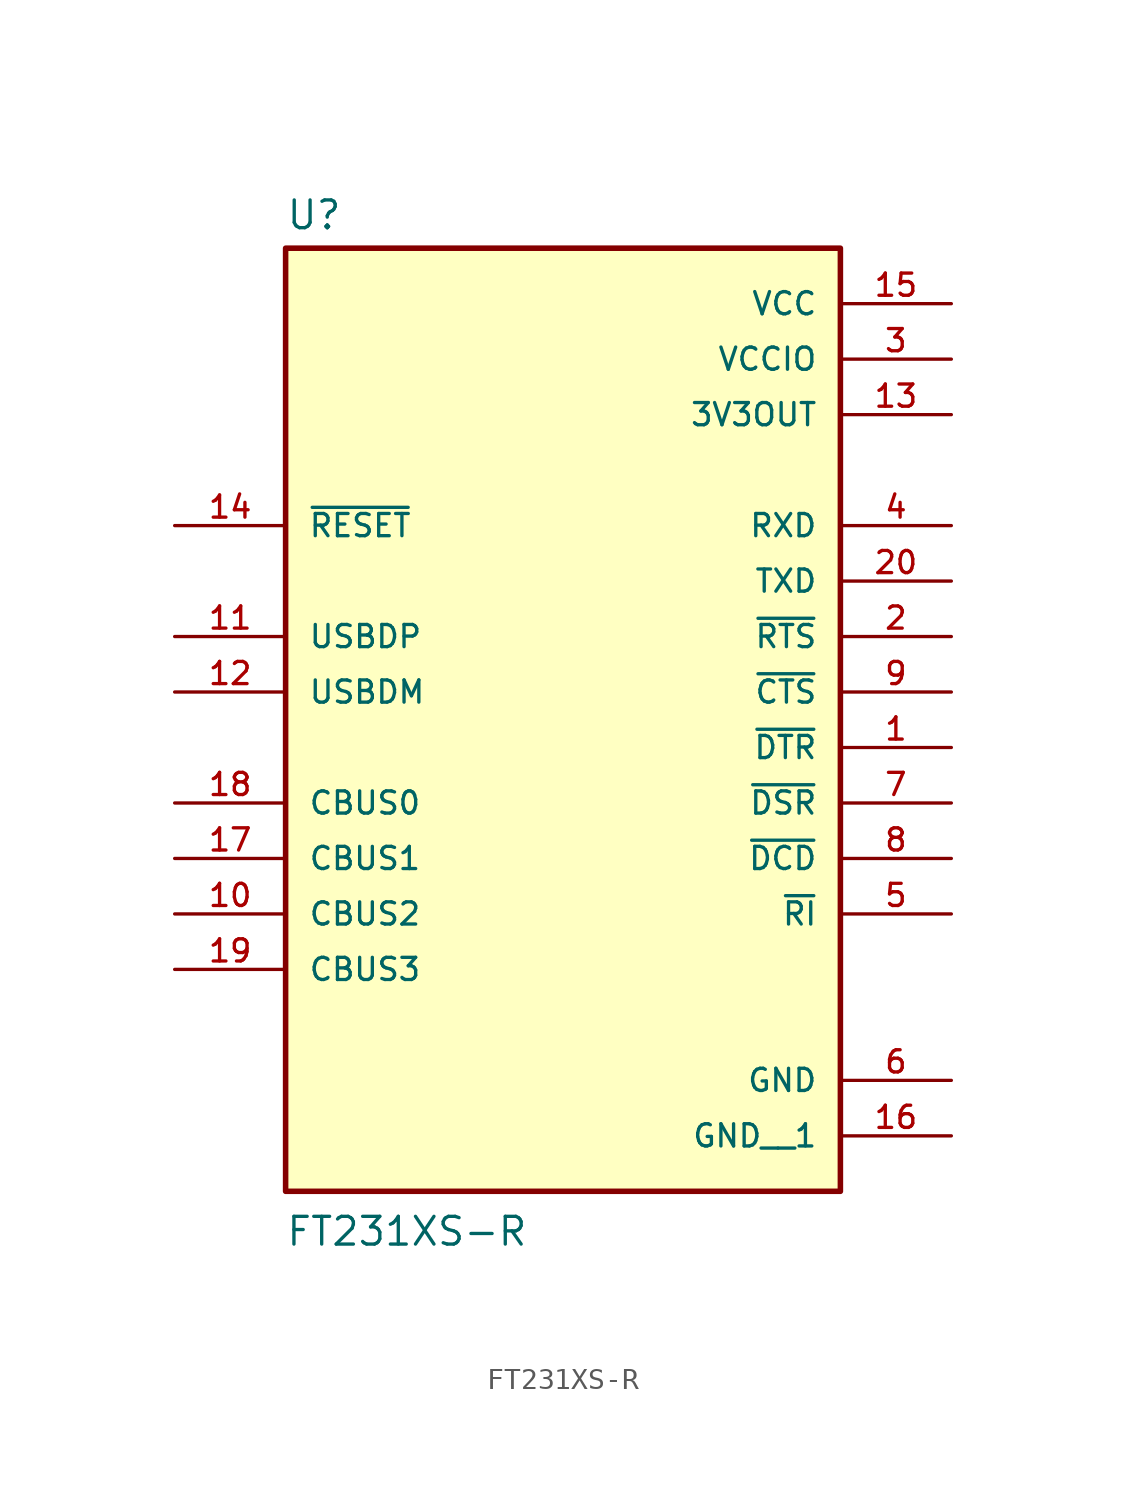
<source format=kicad_sym>
(kicad_symbol_lib
  (version 20211014)
  (generator kicad_symbol_editor)
  (symbol "FT231XS-R"
    (pin_names
      (offset 1.016))
    (property "Reference" "U"
      (at -12.708 21.096 0)
      (effects (font (size 1.27 1.27)) (justify bottom left)))
    (property "Value" "FT231XS-R"
      (at -12.721 -25.438 0)
      (effects (font (size 1.27 1.27)) (justify bottom left)))
    (symbol "FT231XS-R_0_0"
      (rectangle (start -12.7 -22.86) (end 12.7 20.32) (stroke (width 0.254)) (fill (type background)))
      (pin power_in line (at 17.78 12.7 180.0) (length 5.08) (name "3V3OUT" (effects (font (size 1.016 1.016)))) (number "13" (effects (font (size 1.016 1.016)))))
      (pin input line (at -17.78 0.0 0) (length 5.08) (name "USBDM" (effects (font (size 1.016 1.016)))) (number "12" (effects (font (size 1.016 1.016)))))
      (pin input line (at -17.78 2.54 0) (length 5.08) (name "USBDP" (effects (font (size 1.016 1.016)))) (number "11" (effects (font (size 1.016 1.016)))))
      (pin input line (at -17.78 7.62 0) (length 5.08) (name "~{RESET}" (effects (font (size 1.016 1.016)))) (number "14" (effects (font (size 1.016 1.016)))))
      (pin power_in line (at 17.78 -17.78 180.0) (length 5.08) (name "GND" (effects (font (size 1.016 1.016)))) (number "6" (effects (font (size 1.016 1.016)))))
      (pin bidirectional line (at -17.78 -5.08 0) (length 5.08) (name "CBUS0" (effects (font (size 1.016 1.016)))) (number "18" (effects (font (size 1.016 1.016)))))
      (pin input line (at 17.78 -10.16 180.0) (length 5.08) (name "~{RI}" (effects (font (size 1.016 1.016)))) (number "5" (effects (font (size 1.016 1.016)))))
      (pin input line (at 17.78 -7.62 180.0) (length 5.08) (name "~{DCD}" (effects (font (size 1.016 1.016)))) (number "8" (effects (font (size 1.016 1.016)))))
      (pin input line (at 17.78 -5.08 180.0) (length 5.08) (name "~{DSR}" (effects (font (size 1.016 1.016)))) (number "7" (effects (font (size 1.016 1.016)))))
      (pin output line (at 17.78 -2.54 180.0) (length 5.08) (name "~{DTR}" (effects (font (size 1.016 1.016)))) (number "1" (effects (font (size 1.016 1.016)))))
      (pin input line (at 17.78 0.0 180.0) (length 5.08) (name "~{CTS}" (effects (font (size 1.016 1.016)))) (number "9" (effects (font (size 1.016 1.016)))))
      (pin output line (at 17.78 2.54 180.0) (length 5.08) (name "~{RTS}" (effects (font (size 1.016 1.016)))) (number "2" (effects (font (size 1.016 1.016)))))
      (pin input line (at 17.78 7.62 180.0) (length 5.08) (name "RXD" (effects (font (size 1.016 1.016)))) (number "4" (effects (font (size 1.016 1.016)))))
      (pin output line (at 17.78 5.08 180.0) (length 5.08) (name "TXD" (effects (font (size 1.016 1.016)))) (number "20" (effects (font (size 1.016 1.016)))))
      (pin bidirectional line (at -17.78 -7.62 0) (length 5.08) (name "CBUS1" (effects (font (size 1.016 1.016)))) (number "17" (effects (font (size 1.016 1.016)))))
      (pin bidirectional line (at -17.78 -10.16 0) (length 5.08) (name "CBUS2" (effects (font (size 1.016 1.016)))) (number "10" (effects (font (size 1.016 1.016)))))
      (pin bidirectional line (at -17.78 -12.7 0) (length 5.08) (name "CBUS3" (effects (font (size 1.016 1.016)))) (number "19" (effects (font (size 1.016 1.016)))))
      (pin power_in line (at 17.78 17.78 180.0) (length 5.08) (name "VCC" (effects (font (size 1.016 1.016)))) (number "15" (effects (font (size 1.016 1.016)))))
      (pin power_in line (at 17.78 15.24 180.0) (length 5.08) (name "VCCIO" (effects (font (size 1.016 1.016)))) (number "3" (effects (font (size 1.016 1.016)))))
      (pin power_in line (at 17.78 -20.32 180.0) (length 5.08) (name "GND__1" (effects (font (size 1.016 1.016)))) (number "16" (effects (font (size 1.016 1.016))))))))
</source>
